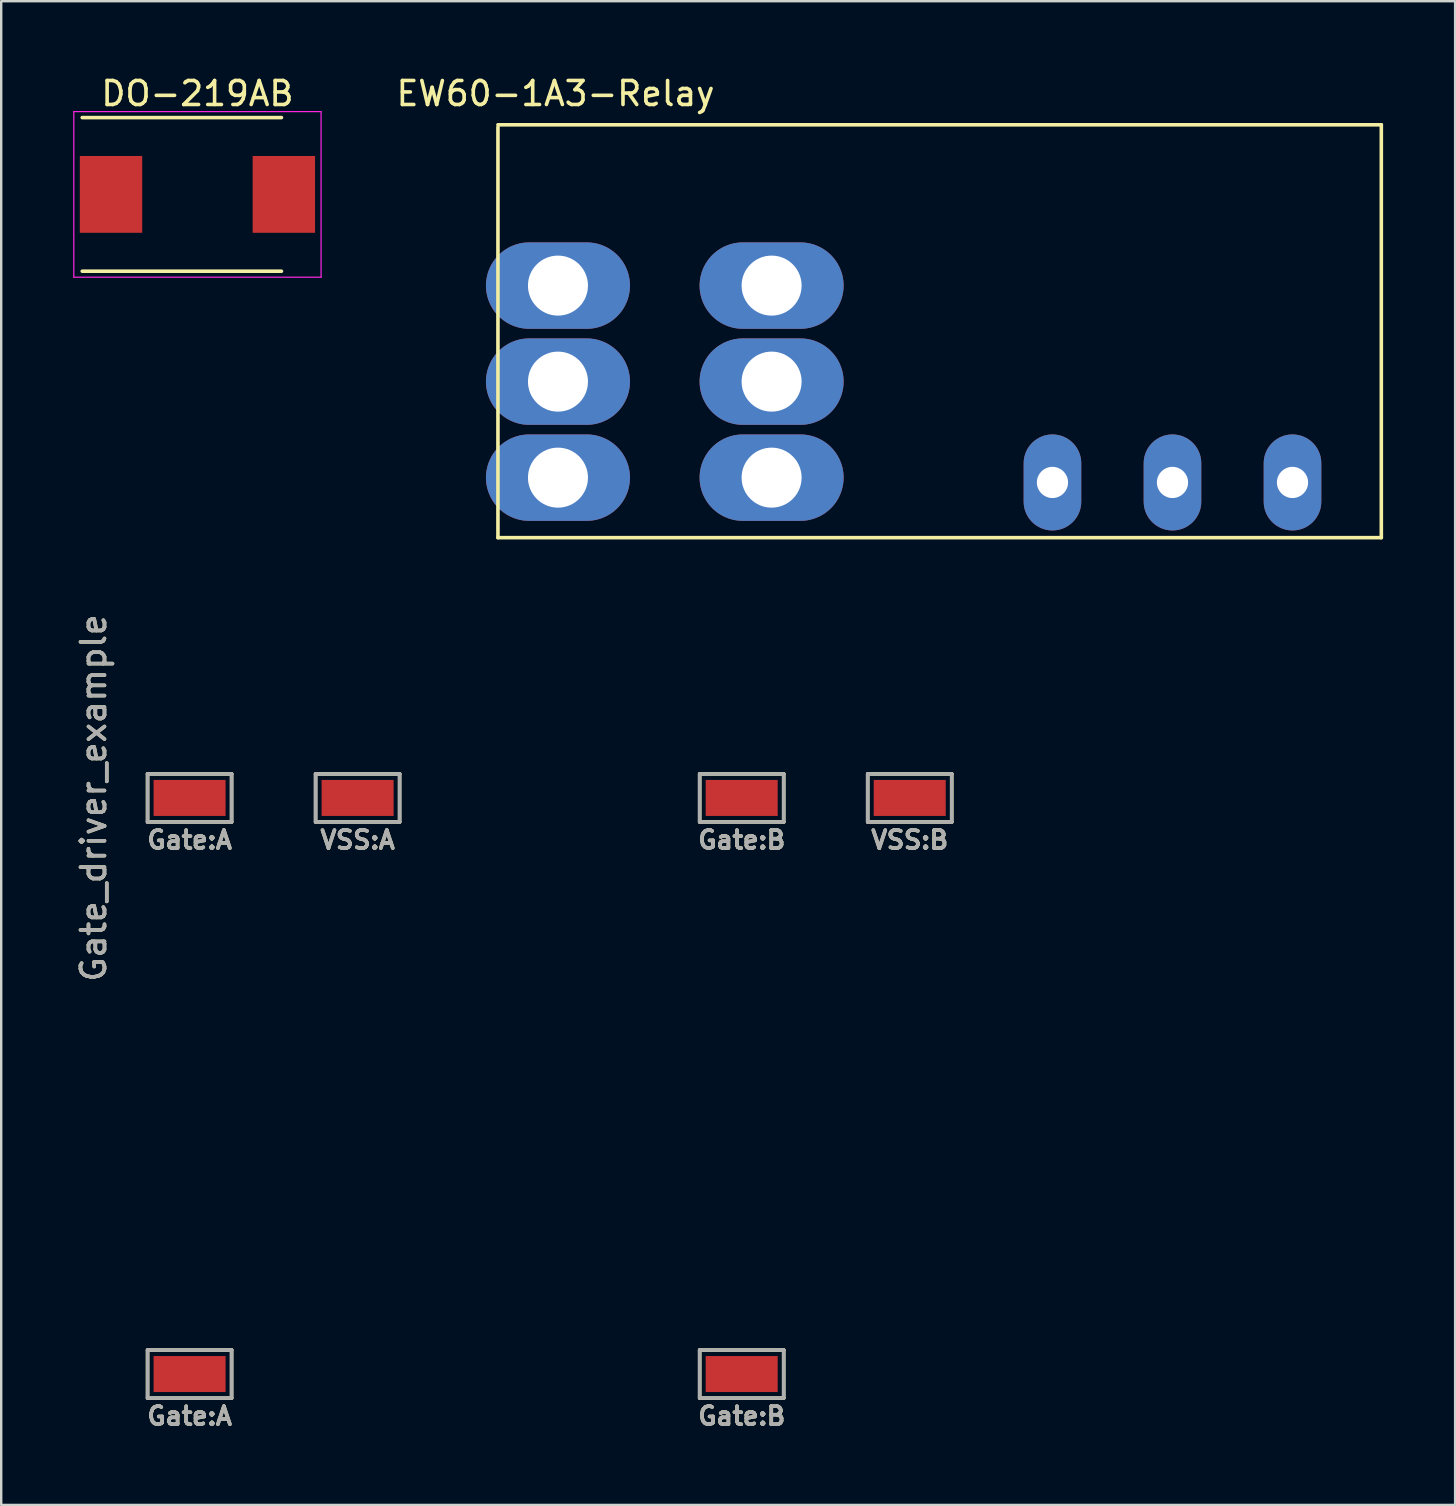
<source format=kicad_pcb>
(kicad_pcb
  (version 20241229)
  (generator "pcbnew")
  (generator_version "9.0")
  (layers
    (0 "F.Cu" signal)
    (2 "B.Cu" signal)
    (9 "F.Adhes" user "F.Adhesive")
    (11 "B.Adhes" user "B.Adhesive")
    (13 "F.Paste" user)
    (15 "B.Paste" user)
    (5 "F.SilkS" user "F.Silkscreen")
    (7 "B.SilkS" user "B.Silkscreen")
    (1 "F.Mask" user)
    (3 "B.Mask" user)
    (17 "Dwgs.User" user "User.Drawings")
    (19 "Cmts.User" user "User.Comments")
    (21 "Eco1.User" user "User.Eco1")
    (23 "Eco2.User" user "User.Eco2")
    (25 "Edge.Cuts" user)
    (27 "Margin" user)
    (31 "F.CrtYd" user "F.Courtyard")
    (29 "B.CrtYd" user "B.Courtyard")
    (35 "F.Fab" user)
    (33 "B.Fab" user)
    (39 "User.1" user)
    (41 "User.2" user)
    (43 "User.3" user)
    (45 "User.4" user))
  (footprint "DO-219AB"
    (layer "F.Cu")
    (at 5.175 5.048)
    (property "Reference" "DO-219AB" (at 0 -4.2 0) (layer "F.SilkS") (effects (font (size 1 1) (thickness 0.15))))
    (attr smd)
    (fp_line (start -4.8 -3.2) (end 3.5 -3.2) (stroke (width 0.15) (type solid)) (layer "F.SilkS"))
    (fp_line (start 3.5 3.2) (end -4.8 3.2) (stroke (width 0.15) (type solid)) (layer "F.SilkS"))
    (fp_line (start -5.15 -3.45) (end 5.15 -3.45) (stroke (width 0.05) (type solid)) (layer "F.CrtYd"))
    (fp_line (start -5.15 3.45) (end -5.15 -3.45) (stroke (width 0.05) (type solid)) (layer "F.CrtYd"))
    (fp_line (start 5.15 -3.45) (end 5.15 3.45) (stroke (width 0.05) (type solid)) (layer "F.CrtYd"))
    (fp_line (start 5.15 3.45) (end -5.15 3.45) (stroke (width 0.05) (type solid)) (layer "F.CrtYd"))
    (pad "1" smd rect (at -3.6 0) (size 2.6 3.2) (layers "F.Cu" "F.Mask" "F.Paste"))
    (pad "2" smd rect (at 3.6 0) (size 2.6 3.2) (layers "F.Cu" "F.Mask" "F.Paste")))
  (footprint "EW60-1A3-Relay"
    (layer "F.Cu")
    (at 29.094 12.848)
    (property "Reference" "EW60-1A3-Relay" (at -9 -12 0) (layer "F.SilkS") (effects (font (size 1 1) (thickness 0.15))))
    (attr through_hole)
    (fp_line (start -11.4 -10.7) (end 25.4 -10.7) (stroke (width 0.15) (type solid)) (layer "F.SilkS"))
    (fp_line (start -11.4 6.5) (end -11.4 -10.6) (stroke (width 0.15) (type solid)) (layer "F.SilkS"))
    (fp_line (start -11.4 6.5) (end 25.4 6.5) (stroke (width 0.15) (type solid)) (layer "F.SilkS"))
    (fp_line (start 25.4 6.5) (end 25.4 -10.7) (stroke (width 0.15) (type solid)) (layer "F.SilkS"))
    (pad "1" thru_hole oval (at -8.9 -4) (size 6 3.6) (drill 2.5) (layers "*.Cu" "*.Mask"))
    (pad "1" thru_hole oval (at -8.9 0) (size 6 3.6) (drill 2.5) (layers "*.Cu" "*.Mask"))
    (pad "1" thru_hole oval (at -8.9 4) (size 6 3.6) (drill 2.5) (layers "*.Cu" "*.Mask"))
    (pad "2" thru_hole oval (at 0 -4) (size 6 3.6) (drill 2.5) (layers "*.Cu" "*.Mask"))
    (pad "2" thru_hole oval (at 0 0) (size 6 3.6) (drill 2.5) (layers "*.Cu" "*.Mask"))
    (pad "2" thru_hole oval (at 0 4) (size 6 3.6) (drill 2.5) (layers "*.Cu" "*.Mask"))
    (pad "3" thru_hole oval (at 11.7 4.2) (size 2.4 4) (drill 1.3) (layers "*.Cu" "*.Mask"))
    (pad "4" thru_hole oval (at 16.7 4.2) (size 2.4 4) (drill 1.3) (layers "*.Cu" "*.Mask"))
    (pad "5" thru_hole oval (at 21.7 4.2) (size 2.4 4) (drill 1.3) (layers "*.Cu" "*.Mask")))
  (footprint "Gate_driver_example"
    (layer "F.Cu")
    (at 4.848 30.191)
    (property "Reference" "Gate_driver_example" (at -4 0 90) (layer "F.SilkS") (effects (font (size 1 1) (thickness 0.15))))
    (attr through_hole)
    (fp_line (start -1.75 -1) (end 1.75 -1) (stroke (width 0.15) (type solid)) (layer "F.SilkS"))
    (fp_line (start -1.75 1) (end -1.75 -1) (stroke (width 0.15) (type solid)) (layer "F.SilkS"))
    (fp_line (start -1.75 23) (end -1.75 25) (stroke (width 0.15) (type solid)) (layer "F.SilkS"))
    (fp_line (start -1.75 25) (end 1.75 25) (stroke (width 0.15) (type solid)) (layer "F.SilkS"))
    (fp_line (start 1.75 -1) (end 1.75 1) (stroke (width 0.15) (type solid)) (layer "F.SilkS"))
    (fp_line (start 1.75 1) (end -1.75 1) (stroke (width 0.15) (type solid)) (layer "F.SilkS"))
    (fp_line (start 1.75 23) (end -1.75 23) (stroke (width 0.15) (type solid)) (layer "F.SilkS"))
    (fp_line (start 1.75 25) (end 1.75 23) (stroke (width 0.15) (type solid)) (layer "F.SilkS"))
    (fp_line (start 5.25 -1) (end 8.75 -1) (stroke (width 0.15) (type solid)) (layer "F.SilkS"))
    (fp_line (start 5.25 1) (end 5.25 -1) (stroke (width 0.15) (type solid)) (layer "F.SilkS"))
    (fp_line (start 8.75 -1) (end 8.75 1) (stroke (width 0.15) (type solid)) (layer "F.SilkS"))
    (fp_line (start 8.75 1) (end 5.25 1) (stroke (width 0.15) (type solid)) (layer "F.SilkS"))
    (fp_line (start 21.25 -1) (end 21.25 1) (stroke (width 0.15) (type solid)) (layer "F.SilkS"))
    (fp_line (start 21.25 1) (end 24.75 1) (stroke (width 0.15) (type solid)) (layer "F.SilkS"))
    (fp_line (start 21.25 23) (end 21.25 25) (stroke (width 0.15) (type solid)) (layer "F.SilkS"))
    (fp_line (start 21.25 25) (end 24.75 25) (stroke (width 0.15) (type solid)) (layer "F.SilkS"))
    (fp_line (start 24.75 -1) (end 21.25 -1) (stroke (width 0.15) (type solid)) (layer "F.SilkS"))
    (fp_line (start 24.75 1) (end 24.75 -1) (stroke (width 0.15) (type solid)) (layer "F.SilkS"))
    (fp_line (start 24.75 23) (end 21.25 23) (stroke (width 0.15) (type solid)) (layer "F.SilkS"))
    (fp_line (start 24.75 25) (end 24.75 23) (stroke (width 0.15) (type solid)) (layer "F.SilkS"))
    (fp_line (start 28.25 -1) (end 31.75 -1) (stroke (width 0.15) (type solid)) (layer "F.SilkS"))
    (fp_line (start 28.25 1) (end 28.25 -1) (stroke (width 0.15) (type solid)) (layer "F.SilkS"))
    (fp_line (start 31.75 -1) (end 31.75 1) (stroke (width 0.15) (type solid)) (layer "F.SilkS"))
    (fp_line (start 31.75 1) (end 28.25 1) (stroke (width 0.15) (type solid)) (layer "F.SilkS"))
    (fp_line (start -1.75 -1) (end 1.75 -1) (stroke (width 0.15) (type solid)) (layer "F.Fab"))
    (fp_line (start -1.75 1) (end -1.75 -1) (stroke (width 0.15) (type solid)) (layer "F.Fab"))
    (fp_line (start -1.75 23) (end 1.75 23) (stroke (width 0.15) (type solid)) (layer "F.Fab"))
    (fp_line (start -1.75 25) (end -1.75 23) (stroke (width 0.15) (type solid)) (layer "F.Fab"))
    (fp_line (start 1.75 -1) (end 1.75 1) (stroke (width 0.15) (type solid)) (layer "F.Fab"))
    (fp_line (start 1.75 1) (end -1.75 1) (stroke (width 0.15) (type solid)) (layer "F.Fab"))
    (fp_line (start 1.75 23) (end 1.75 25) (stroke (width 0.15) (type solid)) (layer "F.Fab"))
    (fp_line (start 1.75 25) (end -1.75 25) (stroke (width 0.15) (type solid)) (layer "F.Fab"))
    (fp_line (start 5.25 -1) (end 8.75 -1) (stroke (width 0.15) (type solid)) (layer "F.Fab"))
    (fp_line (start 5.25 1) (end 5.25 -1) (stroke (width 0.15) (type solid)) (layer "F.Fab"))
    (fp_line (start 8.75 -1) (end 8.75 1) (stroke (width 0.15) (type solid)) (layer "F.Fab"))
    (fp_line (start 8.75 1) (end 5.25 1) (stroke (width 0.15) (type solid)) (layer "F.Fab"))
    (fp_line (start 21.25 -1) (end 24.75 -1) (stroke (width 0.15) (type solid)) (layer "F.Fab"))
    (fp_line (start 21.25 1) (end 21.25 -1) (stroke (width 0.15) (type solid)) (layer "F.Fab"))
    (fp_line (start 21.25 23) (end 24.75 23) (stroke (width 0.15) (type solid)) (layer "F.Fab"))
    (fp_line (start 21.25 25) (end 21.25 23) (stroke (width 0.15) (type solid)) (layer "F.Fab"))
    (fp_line (start 24.75 -1) (end 24.75 1) (stroke (width 0.15) (type solid)) (layer "F.Fab"))
    (fp_line (start 24.75 1) (end 21.25 1) (stroke (width 0.15) (type solid)) (layer "F.Fab"))
    (fp_line (start 24.75 23) (end 24.75 25) (stroke (width 0.15) (type solid)) (layer "F.Fab"))
    (fp_line (start 24.75 25) (end 21.25 25) (stroke (width 0.15) (type solid)) (layer "F.Fab"))
    (fp_line (start 28.25 -1) (end 31.75 -1) (stroke (width 0.15) (type solid)) (layer "F.Fab"))
    (fp_line (start 28.25 1) (end 28.25 -1) (stroke (width 0.15) (type solid)) (layer "F.Fab"))
    (fp_line (start 31.75 -1) (end 31.75 1) (stroke (width 0.15) (type solid)) (layer "F.Fab"))
    (fp_line (start 31.75 1) (end 28.25 1) (stroke (width 0.15) (type solid)) (layer "F.Fab"))
    (fp_text user "Gate:B" (at 23 1.75 0) (layer "F.SilkS") (effects (font (size 0.75 0.75) (thickness 0.15))))
    (fp_text user "Gate:A" (at 0 1.75 0) (layer "F.SilkS") (effects (font (size 0.75 0.75) (thickness 0.15))))
    (fp_text user "VSS:B" (at 30 1.75 0) (layer "F.SilkS") (effects (font (size 0.75 0.75) (thickness 0.15))))
    (fp_text user "Gate:B" (at 23 25.75 0) (layer "F.SilkS") (effects (font (size 0.75 0.75) (thickness 0.15))))
    (fp_text user "VSS:A" (at 7 1.75 0) (layer "F.SilkS") (effects (font (size 0.75 0.75) (thickness 0.15))))
    (fp_text user "Gate:A" (at 0 25.75 0) (layer "F.SilkS") (effects (font (size 0.75 0.75) (thickness 0.15))))
    (fp_text user "Gate:B" (at 23 25.75 0) (layer "F.Fab") (effects (font (size 0.75 0.75) (thickness 0.15))))
    (fp_text user "${REFERENCE}" (at -4 0 270) (layer "F.Fab") (effects (font (size 1 1) (thickness 0.15))))
    (fp_text user "Gate:A" (at 0 25.75 0) (layer "F.Fab") (effects (font (size 0.75 0.75) (thickness 0.15))))
    (fp_text user "VSS:B" (at 30 1.75 0) (layer "F.Fab") (effects (font (size 0.75 0.75) (thickness 0.15))))
    (fp_text user "Gate:A" (at 0 1.75 0) (layer "F.Fab") (effects (font (size 0.75 0.75) (thickness 0.15))))
    (fp_text user "Gate:B" (at 23 1.75 0) (layer "F.Fab") (effects (font (size 0.75 0.75) (thickness 0.15))))
    (fp_text user "VSS:A" (at 7 1.75 0) (layer "F.Fab") (effects (font (size 0.75 0.75) (thickness 0.15))))
    (pad "1" smd rect (at 0 24) (size 3 1.5) (layers "F.Cu" "F.Mask" "F.Paste"))
    (pad "2" smd rect (at 0 0) (size 3 1.5) (layers "F.Cu" "F.Mask" "F.Paste"))
    (pad "3" smd rect (at 7 0) (size 3 1.5) (layers "F.Cu" "F.Mask" "F.Paste"))
    (pad "4" smd rect (at 23 24) (size 3 1.5) (layers "F.Cu" "F.Mask" "F.Paste"))
    (pad "5" smd rect (at 23 0) (size 3 1.5) (layers "F.Cu" "F.Mask" "F.Paste"))
    (pad "6" smd rect (at 30 0) (size 3 1.5) (layers "F.Cu" "F.Mask" "F.Paste")))
  (gr_rect
    (start -3 -3)
    (end 57.569 59.643)
    (stroke (width 0.1) (type default))
    (fill no)
    (layer "Edge.Cuts")))
</source>
